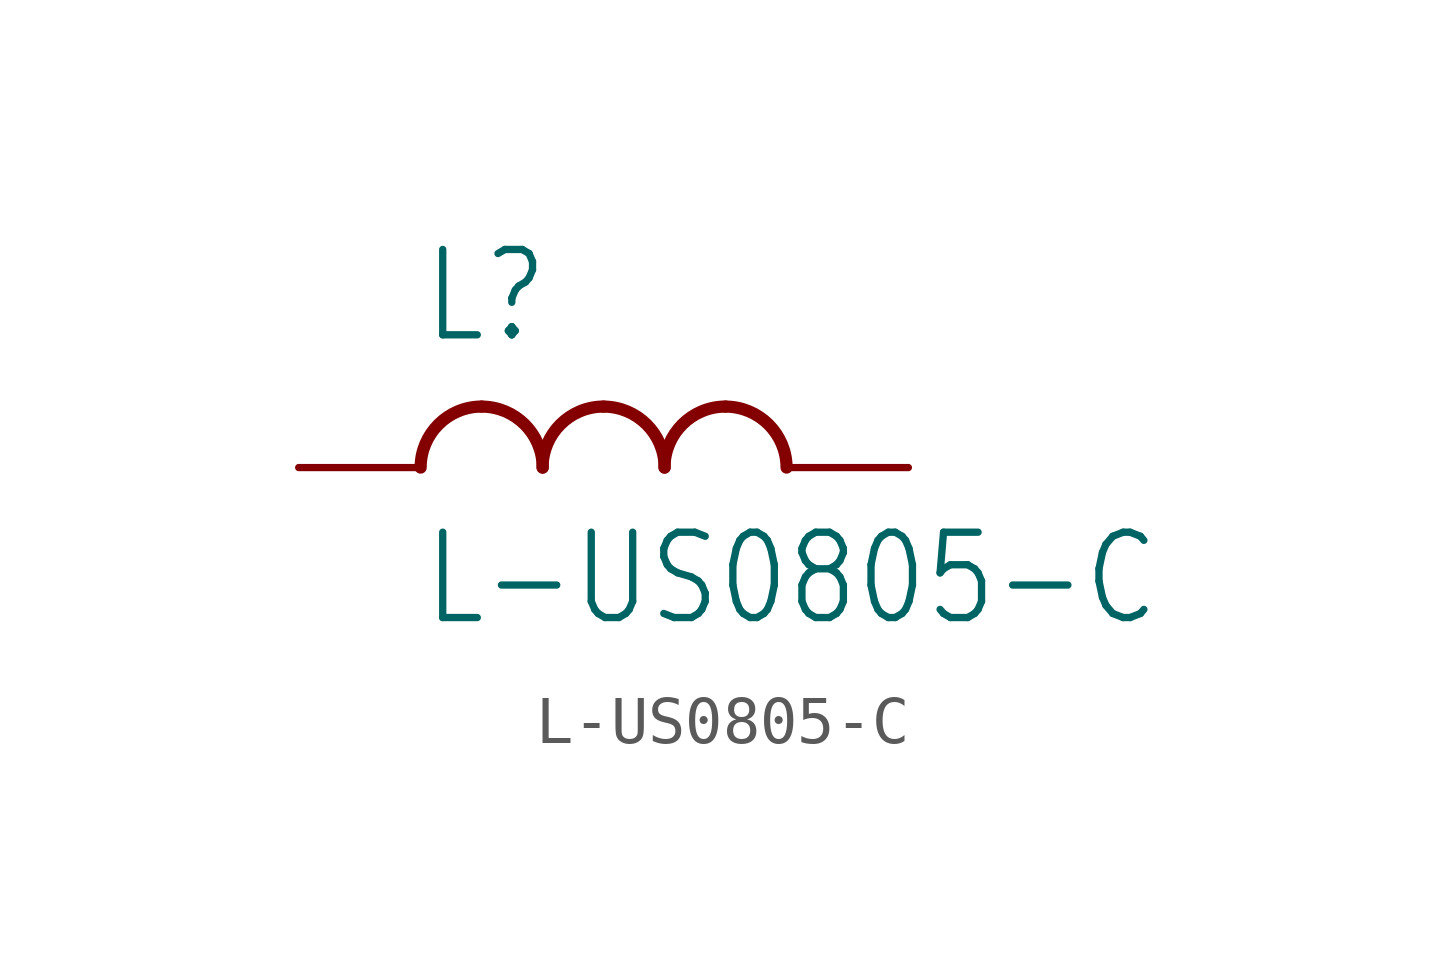
<source format=kicad_sym>
(kicad_symbol_lib
  (version 20211014)
  (generator kicad_symbol_editor)
  (symbol "L-US0805-C"
    (property "Reference" "L"
      (at -5.08 2.54 0)
      (effects (font (size 1.778 1.511)) (justify left bottom)))
    (property "Value" "L-US0805-C"
      (at -5.08 -1.27 0)
      (effects (font (size 1.778 1.511)) (justify left top)))
    (property "ki_locked" ""
      (at 0 0 0)
      (effects (font (size 1.27 1.27))))
    (symbol "L-US0805-C_1_0"
      (arc (start -3.81 1.27) (mid -4.708 0.898) (end -5.08 0) (stroke (width 0.254) (type default) (color 0 0 0 0)) (fill (type none)))
      (arc (start -2.54 0) (mid -2.912 0.898) (end -3.81 1.27) (stroke (width 0.254) (type default) (color 0 0 0 0)) (fill (type none)))
      (arc (start -1.27 1.27) (mid -2.168 0.898) (end -2.54 0) (stroke (width 0.254) (type default) (color 0 0 0 0)) (fill (type none)))
      (arc (start 0 0) (mid -0.372 0.898) (end -1.27 1.27) (stroke (width 0.254) (type default) (color 0 0 0 0)) (fill (type none)))
      (arc (start 1.27 1.27) (mid 0.372 0.898) (end 0 0) (stroke (width 0.254) (type default) (color 0 0 0 0)) (fill (type none)))
      (arc (start 2.54 0) (mid 2.168 0.898) (end 1.27 1.27) (stroke (width 0.254) (type default) (color 0 0 0 0)) (fill (type none)))
      (pin passive line (at -7.62 0 0) (length 2.54) (name "1" (effects (font (size 0 0)))) (number "1" (effects (font (size 0 0)))))
      (pin passive line (at 5.08 0 180) (length 2.54) (name "2" (effects (font (size 0 0)))) (number "2" (effects (font (size 0 0))))))))
</source>
